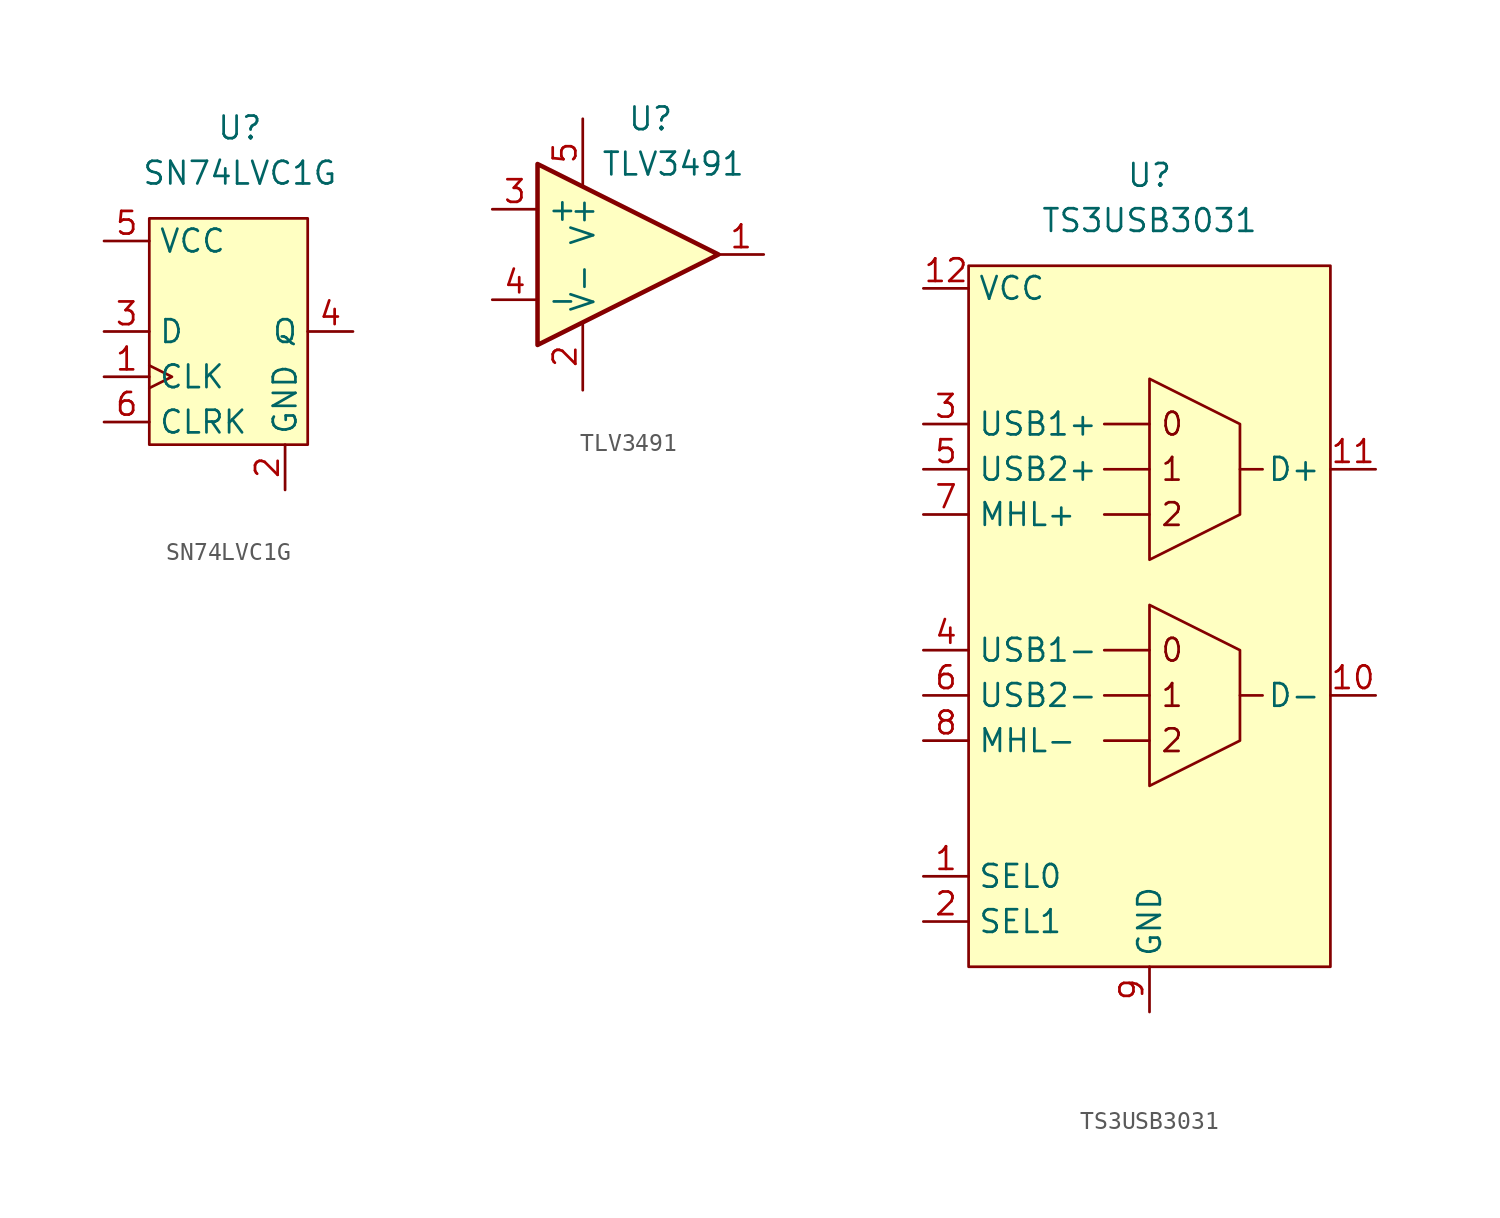
<source format=kicad_sym>
(kicad_symbol_lib
  (version 20220914)
  (generator kicad_symbol_editor)
  (symbol "SN74LVC1G"
    (property "Reference" "U"
      (at 0 6.35 0)
      (effects (font (size 1.27 1.27))))
    (property "Value" "SN74LVC1G"
      (at 0 3.81 0)
      (effects (font (size 1.27 1.27))))
    (symbol "SN74LVC1G_0_1"
      (rectangle (start -5.08 1.27) (end 3.81 -11.43) (stroke (width 0) (type default)) (fill (type background))))
    (symbol "SN74LVC1G_1_1"
      (pin input clock (at -7.62 -7.62 0) (length 2.54) (name "CLK" (effects (font (size 1.27 1.27)))) (number "1" (effects (font (size 1.27 1.27)))))
      (pin input line (at 2.54 -13.97 90) (length 2.54) (name "GND" (effects (font (size 1.27 1.27)))) (number "2" (effects (font (size 1.27 1.27)))))
      (pin input line (at -7.62 -5.08 0) (length 2.54) (name "D" (effects (font (size 1.27 1.27)))) (number "3" (effects (font (size 1.27 1.27)))))
      (pin input line (at 6.35 -5.08 180) (length 2.54) (name "Q" (effects (font (size 1.27 1.27)))) (number "4" (effects (font (size 1.27 1.27)))))
      (pin power_in line (at -7.62 0 0) (length 2.54) (name "VCC" (effects (font (size 1.27 1.27)))) (number "5" (effects (font (size 1.27 1.27)))))
      (pin input line (at -7.62 -10.16 0) (length 2.54) (name "CLRK" (effects (font (size 1.27 1.27)))) (number "6" (effects (font (size 1.27 1.27)))))))
  (symbol "TLV3491"
    (property "Reference" "U"
      (at 3.81 7.62 0)
      (effects (font (size 1.27 1.27))))
    (property "Value" "TLV3491"
      (at 5.08 5.08 0)
      (effects (font (size 1.27 1.27))))
    (symbol "TLV3491_0_1"
      (polyline (pts (xy -2.54 5.08) (xy 7.62 0) (xy -2.54 -5.08) (xy -2.54 5.08)) (stroke (width 0.254) (type default)) (fill (type background))))
    (symbol "TLV3491_1_1"
      (pin output line (at 10.16 0 180) (length 2.54) (name "~" (effects (font (size 1.27 1.27)))) (number "1" (effects (font (size 1.27 1.27)))))
      (pin power_in line (at 0 -7.62 90) (length 3.81) (name "V-" (effects (font (size 1.27 1.27)))) (number "2" (effects (font (size 1.27 1.27)))))
      (pin input line (at -5.08 2.54 0) (length 2.54) (name "+" (effects (font (size 1.27 1.27)))) (number "3" (effects (font (size 1.27 1.27)))))
      (pin input line (at -5.08 -2.54 0) (length 2.54) (name "-" (effects (font (size 1.27 1.27)))) (number "4" (effects (font (size 1.27 1.27)))))
      (pin power_in line (at 0 7.62 270) (length 3.81) (name "V+" (effects (font (size 1.27 1.27)))) (number "5" (effects (font (size 1.27 1.27)))))))
  (symbol "TS3USB3031"
    (property "Reference" "U"
      (at 0 6.35 0)
      (effects (font (size 1.27 1.27))))
    (property "Value" "TS3USB3031"
      (at 0 3.81 0)
      (effects (font (size 1.27 1.27))))
    (symbol "TS3USB3031_0_1"
      (polyline (pts (xy 0 -17.78) (xy 0 -27.94) (xy 5.08 -25.4) (xy 5.08 -20.32) (xy 0 -17.78)) (stroke (width 0) (type default)) (fill (type none)))
      (polyline (pts (xy 0 -5.08) (xy 0 -15.24) (xy 5.08 -12.7) (xy 5.08 -7.62) (xy 0 -5.08)) (stroke (width 0) (type default)) (fill (type none))))
    (symbol "TS3USB3031_1_1"
      (rectangle (start -10.16 1.27) (end 10.16 -38.1) (stroke (width 0) (type default)) (fill (type background)))
      (polyline (pts (xy -2.54 -25.4) (xy 0 -25.4)) (stroke (width 0) (type default)) (fill (type none)))
      (polyline (pts (xy -2.54 -22.86) (xy 0 -22.86)) (stroke (width 0) (type default)) (fill (type none)))
      (polyline (pts (xy -2.54 -20.32) (xy 0 -20.32)) (stroke (width 0) (type default)) (fill (type none)))
      (polyline (pts (xy -2.54 -12.7) (xy 0 -12.7)) (stroke (width 0) (type default)) (fill (type none)))
      (polyline (pts (xy -2.54 -10.16) (xy 0 -10.16)) (stroke (width 0) (type default)) (fill (type none)))
      (polyline (pts (xy -2.54 -7.62) (xy 0 -7.62)) (stroke (width 0) (type default)) (fill (type none)))
      (polyline (pts (xy 5.08 -22.86) (xy 6.35 -22.86)) (stroke (width 0) (type default)) (fill (type none)))
      (polyline (pts (xy 5.08 -10.16) (xy 6.35 -10.16)) (stroke (width 0) (type default)) (fill (type none)))
      (text "0" (at 1.27 -20.32 0) (effects (font (size 1.27 1.27))))
      (text "0" (at 1.27 -7.62 0) (effects (font (size 1.27 1.27))))
      (text "1\n" (at 1.27 -22.86 0) (effects (font (size 1.27 1.27))))
      (text "1\n" (at 1.27 -10.16 0) (effects (font (size 1.27 1.27))))
      (text "2" (at 1.27 -25.4 0) (effects (font (size 1.27 1.27))))
      (text "2" (at 1.27 -12.7 0) (effects (font (size 1.27 1.27))))
      (pin input line (at -12.7 -33.02 0) (length 2.54) (name "SEL0" (effects (font (size 1.27 1.27)))) (number "1" (effects (font (size 1.27 1.27)))))
      (pin bidirectional line (at 12.7 -22.86 180) (length 2.54) (name "D-" (effects (font (size 1.27 1.27)))) (number "10" (effects (font (size 1.27 1.27)))))
      (pin bidirectional line (at 12.7 -10.16 180) (length 2.54) (name "D+" (effects (font (size 1.27 1.27)))) (number "11" (effects (font (size 1.27 1.27)))))
      (pin power_in line (at -12.7 0 0) (length 2.54) (name "VCC" (effects (font (size 1.27 1.27)))) (number "12" (effects (font (size 1.27 1.27)))))
      (pin input line (at -12.7 -35.56 0) (length 2.54) (name "SEL1" (effects (font (size 1.27 1.27)))) (number "2" (effects (font (size 1.27 1.27)))))
      (pin bidirectional line (at -12.7 -7.62 0) (length 2.54) (name "USB1+" (effects (font (size 1.27 1.27)))) (number "3" (effects (font (size 1.27 1.27)))))
      (pin bidirectional line (at -12.7 -20.32 0) (length 2.54) (name "USB1-" (effects (font (size 1.27 1.27)))) (number "4" (effects (font (size 1.27 1.27)))))
      (pin bidirectional line (at -12.7 -10.16 0) (length 2.54) (name "USB2+" (effects (font (size 1.27 1.27)))) (number "5" (effects (font (size 1.27 1.27)))))
      (pin bidirectional line (at -12.7 -22.86 0) (length 2.54) (name "USB2-" (effects (font (size 1.27 1.27)))) (number "6" (effects (font (size 1.27 1.27)))))
      (pin bidirectional line (at -12.7 -12.7 0) (length 2.54) (name "MHL+" (effects (font (size 1.27 1.27)))) (number "7" (effects (font (size 1.27 1.27)))))
      (pin bidirectional line (at -12.7 -25.4 0) (length 2.54) (name "MHL-" (effects (font (size 1.27 1.27)))) (number "8" (effects (font (size 1.27 1.27)))))
      (pin input line (at 0 -40.64 90) (length 2.54) (name "GND" (effects (font (size 1.27 1.27)))) (number "9" (effects (font (size 1.27 1.27))))))))
</source>
